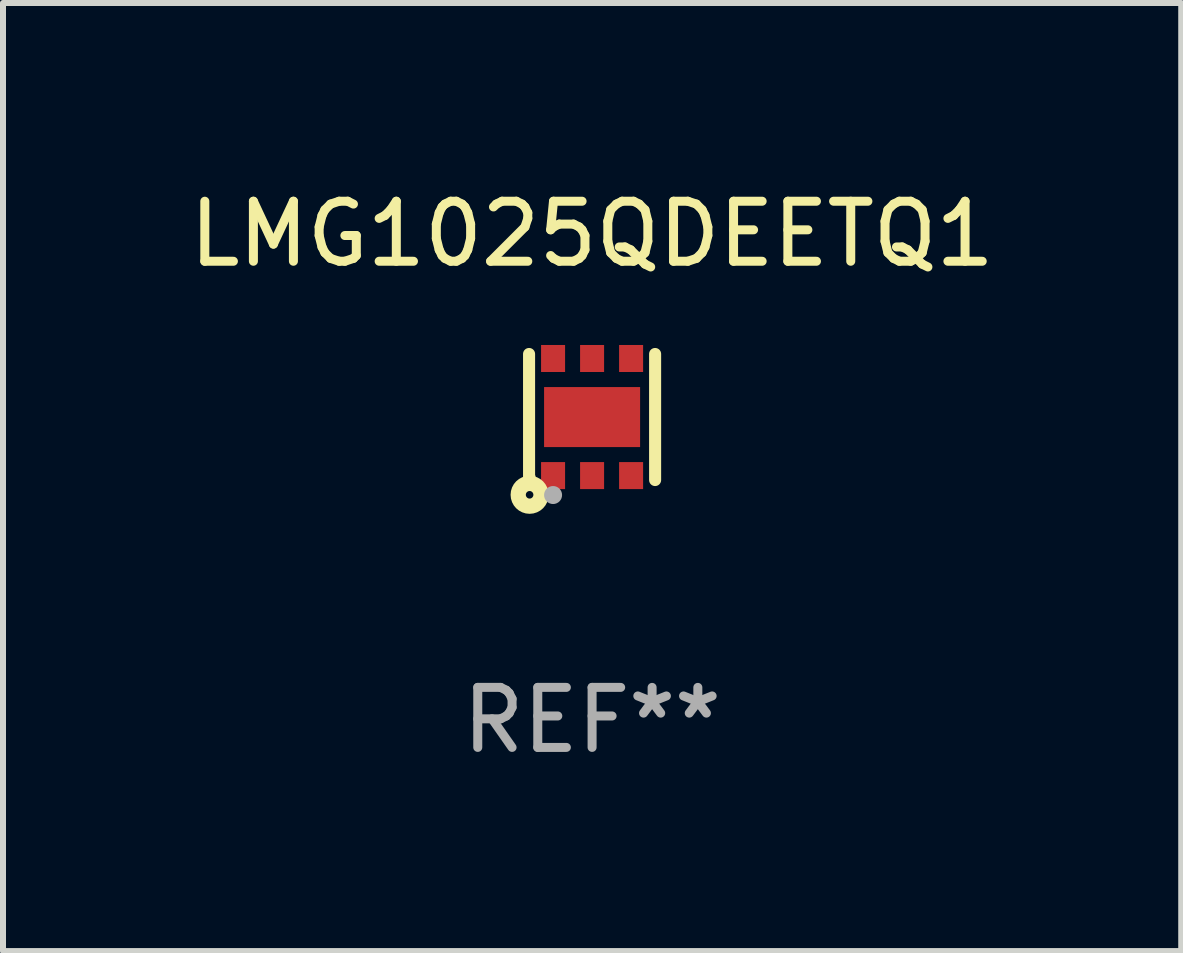
<source format=kicad_pcb>
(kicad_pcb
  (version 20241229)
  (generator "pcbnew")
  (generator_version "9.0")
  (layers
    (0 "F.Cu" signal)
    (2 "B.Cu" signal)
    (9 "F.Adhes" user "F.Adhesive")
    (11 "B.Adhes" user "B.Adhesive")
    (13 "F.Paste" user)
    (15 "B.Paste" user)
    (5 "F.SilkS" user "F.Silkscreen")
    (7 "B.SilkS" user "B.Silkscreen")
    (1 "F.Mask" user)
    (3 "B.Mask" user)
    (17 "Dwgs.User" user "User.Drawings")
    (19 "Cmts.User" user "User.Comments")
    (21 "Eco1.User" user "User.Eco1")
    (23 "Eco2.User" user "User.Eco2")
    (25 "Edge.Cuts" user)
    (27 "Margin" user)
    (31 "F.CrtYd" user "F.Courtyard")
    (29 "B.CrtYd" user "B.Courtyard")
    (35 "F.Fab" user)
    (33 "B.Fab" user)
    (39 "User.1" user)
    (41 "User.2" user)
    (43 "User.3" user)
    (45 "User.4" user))
  (footprint "LMG1025QDEETQ1"
    (layer "F.Cu")
    (at 6.815 3.898)
    (property "Reference" "LMG1025QDEETQ1" (at 0 -3.05 0) (layer "F.SilkS") (effects (font (size 1 1) (thickness 0.15))))
    (attr through_hole)
    (fp_line (start -1.05 1.05) (end -1.05 -1.05) (stroke (width 0.201) (type solid)) (layer "F.SilkS"))
    (fp_line (start 1.05 1.05) (end 1.05 -1.05) (stroke (width 0.201) (type solid)) (layer "F.SilkS"))
    (fp_circle (center -1.041 1.296) (end -0.978 1.296) (stroke (width 0.254) (type solid)) (fill no) (layer "F.SilkS"))
    (fp_circle (center -1 1.001) (end -0.97 1.001) (stroke (width 0.06) (type solid)) (fill no) (layer "F.SilkS"))
    (fp_circle (center -0.65 1.3) (end -0.575 1.3) (stroke (width 0.15) (type solid)) (fill no) (layer "F.Fab"))
    (fp_text user "REF**" (at 0 5.05 0) (layer "F.Fab") (effects (font (size 1 1) (thickness 0.15))))
    (pad "1" smd rect (at -0.65 0.976) (size 0.4 0.45) (layers "F.Cu" "F.Mask" "F.Paste"))
    (pad "2" smd rect (at 0 0.976) (size 0.4 0.45) (layers "F.Cu" "F.Mask" "F.Paste"))
    (pad "3" smd rect (at 0.65 0.976) (size 0.4 0.45) (layers "F.Cu" "F.Mask" "F.Paste"))
    (pad "4" smd rect (at 0.65 -0.975) (size 0.4 0.45) (layers "F.Cu" "F.Mask" "F.Paste"))
    (pad "5" smd rect (at 0 -0.975) (size 0.4 0.45) (layers "F.Cu" "F.Mask" "F.Paste"))
    (pad "6" smd rect (at -0.65 -0.975) (size 0.4 0.45) (layers "F.Cu" "F.Mask" "F.Paste"))
    (pad "7" smd rect (at 0 0.001 90) (size 1 1.6) (layers "F.Cu" "F.Mask" "F.Paste")))
  (gr_rect
    (start -3 -3)
    (end 16.631 12.796)
    (stroke (width 0.1) (type default))
    (fill no)
    (layer "Edge.Cuts")))
</source>
